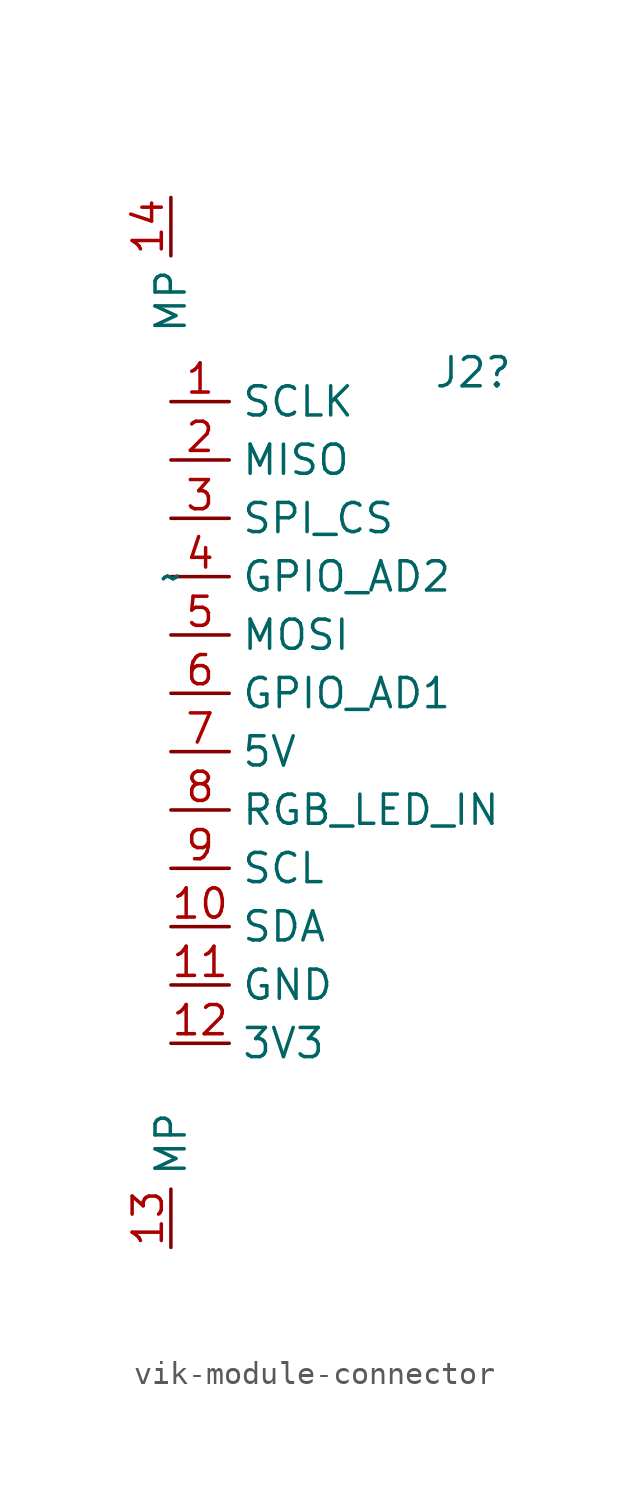
<source format=kicad_sym>
(kicad_symbol_lib
  (version 20231120)
  (generator "kicad_symbol_editor")
  (generator_version "8.0")
  (symbol "vik-module-connector"
    (property "Reference" "J2"
      (at 11.43 15.24 0)
      (effects (font (size 1.27 1.27)) (justify left)))
    (property "Value" "~"
      (at 0 6.35 0)
      (effects (font (size 1.27 1.27))))
    (symbol "vik-module-connector_1_1"
      (pin input line (at 0 13.97 0) (length 2.54) (name "SCLK" (effects (font (size 1.27 1.27)))) (number "1" (effects (font (size 1.27 1.27)))))
      (pin input line (at 0 -8.89 0) (length 2.54) (name "SDA" (effects (font (size 1.27 1.27)))) (number "10" (effects (font (size 1.27 1.27)))))
      (pin power_in line (at 0 -11.43 0) (length 2.54) (name "GND" (effects (font (size 1.27 1.27)))) (number "11" (effects (font (size 1.27 1.27)))))
      (pin power_in line (at 0 -13.97 0) (length 2.54) (name "3V3" (effects (font (size 1.27 1.27)))) (number "12" (effects (font (size 1.27 1.27)))))
      (pin free line (at 0 -22.86 90) (length 2.54) (name "MP" (effects (font (size 1.27 1.27)))) (number "13" (effects (font (size 1.27 1.27)))))
      (pin free line (at 0 22.86 270) (length 2.54) (name "MP" (effects (font (size 1.27 1.27)))) (number "14" (effects (font (size 1.27 1.27)))))
      (pin input line (at 0 11.43 0) (length 2.54) (name "MISO" (effects (font (size 1.27 1.27)))) (number "2" (effects (font (size 1.27 1.27)))))
      (pin input line (at 0 8.89 0) (length 2.54) (name "SPI_CS" (effects (font (size 1.27 1.27)))) (number "3" (effects (font (size 1.27 1.27)))))
      (pin input line (at 0 6.35 0) (length 2.54) (name "GPIO_AD2" (effects (font (size 1.27 1.27)))) (number "4" (effects (font (size 1.27 1.27)))))
      (pin input line (at 0 3.81 0) (length 2.54) (name "MOSI" (effects (font (size 1.27 1.27)))) (number "5" (effects (font (size 1.27 1.27)))))
      (pin input line (at 0 1.27 0) (length 2.54) (name "GPIO_AD1" (effects (font (size 1.27 1.27)))) (number "6" (effects (font (size 1.27 1.27)))))
      (pin power_in line (at 0 -1.27 0) (length 2.54) (name "5V" (effects (font (size 1.27 1.27)))) (number "7" (effects (font (size 1.27 1.27)))))
      (pin input line (at 0 -3.81 0) (length 2.54) (name "RGB_LED_IN" (effects (font (size 1.27 1.27)))) (number "8" (effects (font (size 1.27 1.27)))))
      (pin input line (at 0 -6.35 0) (length 2.54) (name "SCL" (effects (font (size 1.27 1.27)))) (number "9" (effects (font (size 1.27 1.27))))))))
</source>
